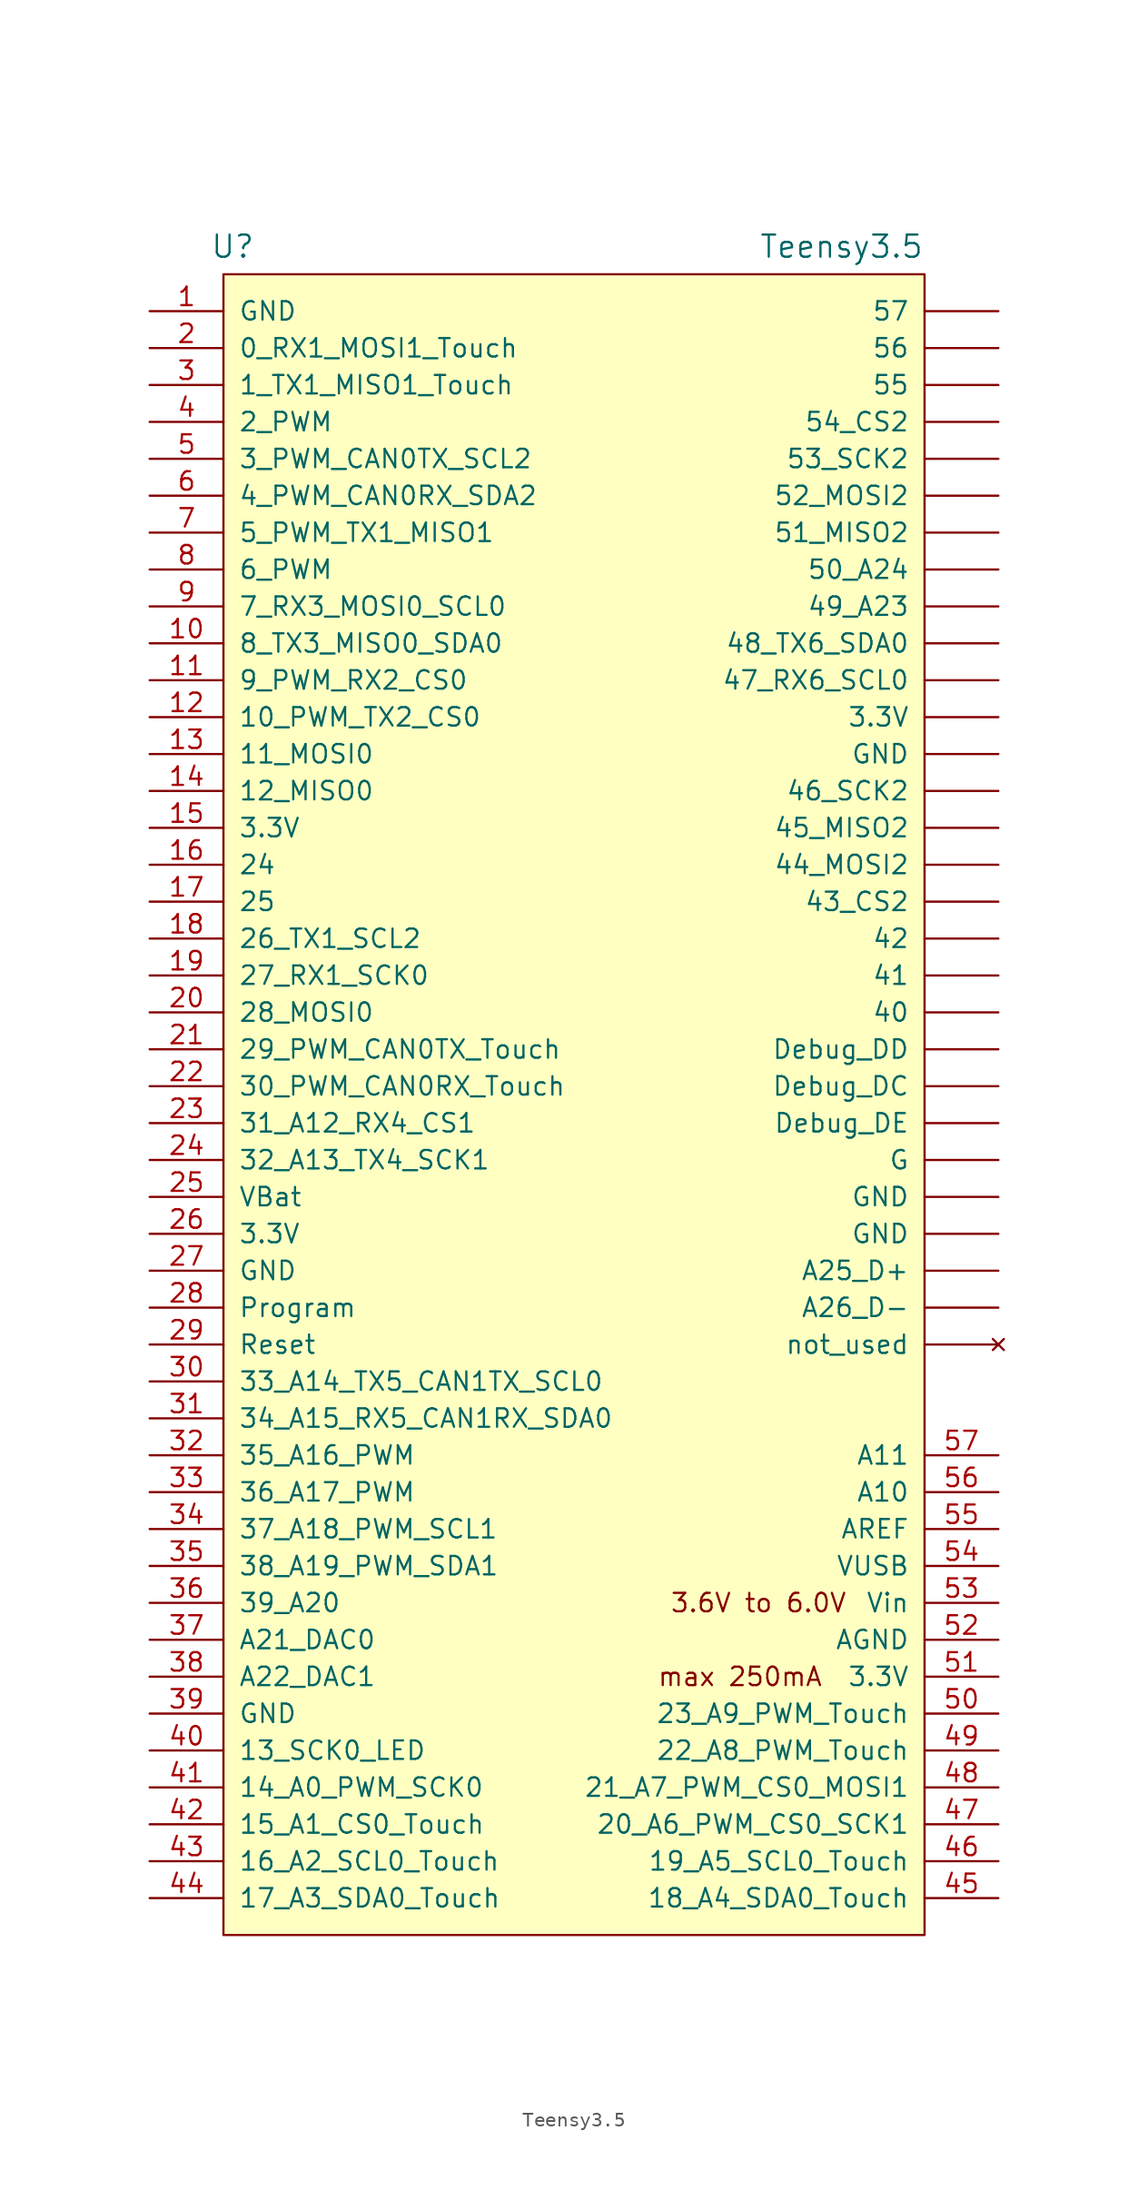
<source format=kicad_sym>
(kicad_symbol_lib
  (version 20241209)
  (generator "kicad_symbol_editor")
  (generator_version "9.0")
  (symbol "Teensy3.5"
    (pin_names
      (offset 1.016))
    (property "Reference" "U"
      (at -23.495 59.055 0)
      (effects (font (size 1.524 1.524))))
    (property "Value" "Teensy3.5"
      (at 18.415 59.055 0)
      (effects (font (size 1.524 1.524))))
    (symbol "Teensy3.5_0_0"
      (text "max 250mA" (at 11.43 -39.37 0) (effects (font (size 1.27 1.27))))
      (text "3.6V to 6.0V" (at 12.7 -34.29 0) (effects (font (size 1.27 1.27)))))
    (symbol "Teensy3.5_0_1"
      (rectangle (start -24.13 57.15) (end 24.13 -57.15) (stroke (width 0) (type default)) (fill (type background))))
    (symbol "Teensy3.5_1_1"
      (pin power_in line (at -29.21 54.61 0) (length 5.08) (name "GND" (effects (font (size 1.27 1.27)))) (number "1" (effects (font (size 1.27 1.27)))))
      (pin bidirectional line (at -29.21 52.07 0) (length 5.08) (name "0_RX1_MOSI1_Touch" (effects (font (size 1.27 1.27)))) (number "2" (effects (font (size 1.27 1.27)))))
      (pin bidirectional line (at -29.21 49.53 0) (length 5.08) (name "1_TX1_MISO1_Touch" (effects (font (size 1.27 1.27)))) (number "3" (effects (font (size 1.27 1.27)))))
      (pin bidirectional line (at -29.21 46.99 0) (length 5.08) (name "2_PWM" (effects (font (size 1.27 1.27)))) (number "4" (effects (font (size 1.27 1.27)))))
      (pin bidirectional line (at -29.21 44.45 0) (length 5.08) (name "3_PWM_CAN0TX_SCL2" (effects (font (size 1.27 1.27)))) (number "5" (effects (font (size 1.27 1.27)))))
      (pin bidirectional line (at -29.21 41.91 0) (length 5.08) (name "4_PWM_CAN0RX_SDA2" (effects (font (size 1.27 1.27)))) (number "6" (effects (font (size 1.27 1.27)))))
      (pin bidirectional line (at -29.21 39.37 0) (length 5.08) (name "5_PWM_TX1_MISO1" (effects (font (size 1.27 1.27)))) (number "7" (effects (font (size 1.27 1.27)))))
      (pin bidirectional line (at -29.21 36.83 0) (length 5.08) (name "6_PWM" (effects (font (size 1.27 1.27)))) (number "8" (effects (font (size 1.27 1.27)))))
      (pin bidirectional line (at -29.21 34.29 0) (length 5.08) (name "7_RX3_MOSI0_SCL0" (effects (font (size 1.27 1.27)))) (number "9" (effects (font (size 1.27 1.27)))))
      (pin bidirectional line (at -29.21 31.75 0) (length 5.08) (name "8_TX3_MISO0_SDA0" (effects (font (size 1.27 1.27)))) (number "10" (effects (font (size 1.27 1.27)))))
      (pin bidirectional line (at -29.21 29.21 0) (length 5.08) (name "9_PWM_RX2_CS0" (effects (font (size 1.27 1.27)))) (number "11" (effects (font (size 1.27 1.27)))))
      (pin bidirectional line (at -29.21 26.67 0) (length 5.08) (name "10_PWM_TX2_CS0" (effects (font (size 1.27 1.27)))) (number "12" (effects (font (size 1.27 1.27)))))
      (pin bidirectional line (at -29.21 24.13 0) (length 5.08) (name "11_MOSI0" (effects (font (size 1.27 1.27)))) (number "13" (effects (font (size 1.27 1.27)))))
      (pin bidirectional line (at -29.21 21.59 0) (length 5.08) (name "12_MISO0" (effects (font (size 1.27 1.27)))) (number "14" (effects (font (size 1.27 1.27)))))
      (pin power_out line (at -29.21 19.05 0) (length 5.08) (name "3.3V" (effects (font (size 1.27 1.27)))) (number "15" (effects (font (size 1.27 1.27)))))
      (pin bidirectional line (at -29.21 16.51 0) (length 5.08) (name "24" (effects (font (size 1.27 1.27)))) (number "16" (effects (font (size 1.27 1.27)))))
      (pin bidirectional line (at -29.21 13.97 0) (length 5.08) (name "25" (effects (font (size 1.27 1.27)))) (number "17" (effects (font (size 1.27 1.27)))))
      (pin bidirectional line (at -29.21 11.43 0) (length 5.08) (name "26_TX1_SCL2" (effects (font (size 1.27 1.27)))) (number "18" (effects (font (size 1.27 1.27)))))
      (pin bidirectional line (at -29.21 8.89 0) (length 5.08) (name "27_RX1_SCK0" (effects (font (size 1.27 1.27)))) (number "19" (effects (font (size 1.27 1.27)))))
      (pin bidirectional line (at -29.21 6.35 0) (length 5.08) (name "28_MOSI0" (effects (font (size 1.27 1.27)))) (number "20" (effects (font (size 1.27 1.27)))))
      (pin bidirectional line (at -29.21 3.81 0) (length 5.08) (name "29_PWM_CAN0TX_Touch" (effects (font (size 1.27 1.27)))) (number "21" (effects (font (size 1.27 1.27)))))
      (pin bidirectional line (at -29.21 1.27 0) (length 5.08) (name "30_PWM_CAN0RX_Touch" (effects (font (size 1.27 1.27)))) (number "22" (effects (font (size 1.27 1.27)))))
      (pin bidirectional line (at -29.21 -1.27 0) (length 5.08) (name "31_A12_RX4_CS1" (effects (font (size 1.27 1.27)))) (number "23" (effects (font (size 1.27 1.27)))))
      (pin bidirectional line (at -29.21 -3.81 0) (length 5.08) (name "32_A13_TX4_SCK1" (effects (font (size 1.27 1.27)))) (number "24" (effects (font (size 1.27 1.27)))))
      (pin power_in line (at -29.21 -6.35 0) (length 5.08) (name "VBat" (effects (font (size 1.27 1.27)))) (number "25" (effects (font (size 1.27 1.27)))))
      (pin power_in line (at -29.21 -8.89 0) (length 5.08) (name "3.3V" (effects (font (size 1.27 1.27)))) (number "26" (effects (font (size 1.27 1.27)))))
      (pin power_in line (at -29.21 -11.43 0) (length 5.08) (name "GND" (effects (font (size 1.27 1.27)))) (number "27" (effects (font (size 1.27 1.27)))))
      (pin input line (at -29.21 -13.97 0) (length 5.08) (name "Program" (effects (font (size 1.27 1.27)))) (number "28" (effects (font (size 1.27 1.27)))))
      (pin input line (at -29.21 -16.51 0) (length 5.08) (name "Reset" (effects (font (size 1.27 1.27)))) (number "29" (effects (font (size 1.27 1.27)))))
      (pin bidirectional line (at -29.21 -19.05 0) (length 5.08) (name "33_A14_TX5_CAN1TX_SCL0" (effects (font (size 1.27 1.27)))) (number "30" (effects (font (size 1.27 1.27)))))
      (pin bidirectional line (at -29.21 -21.59 0) (length 5.08) (name "34_A15_RX5_CAN1RX_SDA0" (effects (font (size 1.27 1.27)))) (number "31" (effects (font (size 1.27 1.27)))))
      (pin bidirectional line (at -29.21 -24.13 0) (length 5.08) (name "35_A16_PWM" (effects (font (size 1.27 1.27)))) (number "32" (effects (font (size 1.27 1.27)))))
      (pin bidirectional line (at -29.21 -26.67 0) (length 5.08) (name "36_A17_PWM" (effects (font (size 1.27 1.27)))) (number "33" (effects (font (size 1.27 1.27)))))
      (pin bidirectional line (at -29.21 -29.21 0) (length 5.08) (name "37_A18_PWM_SCL1" (effects (font (size 1.27 1.27)))) (number "34" (effects (font (size 1.27 1.27)))))
      (pin bidirectional line (at -29.21 -31.75 0) (length 5.08) (name "38_A19_PWM_SDA1" (effects (font (size 1.27 1.27)))) (number "35" (effects (font (size 1.27 1.27)))))
      (pin bidirectional line (at -29.21 -34.29 0) (length 5.08) (name "39_A20" (effects (font (size 1.27 1.27)))) (number "36" (effects (font (size 1.27 1.27)))))
      (pin bidirectional line (at -29.21 -36.83 0) (length 5.08) (name "A21_DAC0" (effects (font (size 1.27 1.27)))) (number "37" (effects (font (size 1.27 1.27)))))
      (pin bidirectional line (at -29.21 -39.37 0) (length 5.08) (name "A22_DAC1" (effects (font (size 1.27 1.27)))) (number "38" (effects (font (size 1.27 1.27)))))
      (pin power_in line (at -29.21 -41.91 0) (length 5.08) (name "GND" (effects (font (size 1.27 1.27)))) (number "39" (effects (font (size 1.27 1.27)))))
      (pin bidirectional line (at -29.21 -44.45 0) (length 5.08) (name "13_SCK0_LED" (effects (font (size 1.27 1.27)))) (number "40" (effects (font (size 1.27 1.27)))))
      (pin bidirectional line (at -29.21 -46.99 0) (length 5.08) (name "14_A0_PWM_SCK0" (effects (font (size 1.27 1.27)))) (number "41" (effects (font (size 1.27 1.27)))))
      (pin bidirectional line (at -29.21 -49.53 0) (length 5.08) (name "15_A1_CS0_Touch" (effects (font (size 1.27 1.27)))) (number "42" (effects (font (size 1.27 1.27)))))
      (pin bidirectional line (at -29.21 -52.07 0) (length 5.08) (name "16_A2_SCL0_Touch" (effects (font (size 1.27 1.27)))) (number "43" (effects (font (size 1.27 1.27)))))
      (pin bidirectional line (at -29.21 -54.61 0) (length 5.08) (name "17_A3_SDA0_Touch" (effects (font (size 1.27 1.27)))) (number "44" (effects (font (size 1.27 1.27)))))
      (pin bidirectional line (at 29.21 54.61 180) (length 5.08) (name "57" (effects (font (size 1.27 1.27)))) (number "~" (effects (font (size 1.27 1.27)))))
      (pin bidirectional line (at 29.21 52.07 180) (length 5.08) (name "56" (effects (font (size 1.27 1.27)))) (number "~" (effects (font (size 1.27 1.27)))))
      (pin bidirectional line (at 29.21 49.53 180) (length 5.08) (name "55" (effects (font (size 1.27 1.27)))) (number "~" (effects (font (size 1.27 1.27)))))
      (pin bidirectional line (at 29.21 46.99 180) (length 5.08) (name "54_CS2" (effects (font (size 1.27 1.27)))) (number "~" (effects (font (size 1.27 1.27)))))
      (pin bidirectional line (at 29.21 44.45 180) (length 5.08) (name "53_SCK2" (effects (font (size 1.27 1.27)))) (number "~" (effects (font (size 1.27 1.27)))))
      (pin bidirectional line (at 29.21 41.91 180) (length 5.08) (name "52_MOSI2" (effects (font (size 1.27 1.27)))) (number "~" (effects (font (size 1.27 1.27)))))
      (pin bidirectional line (at 29.21 39.37 180) (length 5.08) (name "51_MISO2" (effects (font (size 1.27 1.27)))) (number "~" (effects (font (size 1.27 1.27)))))
      (pin bidirectional line (at 29.21 36.83 180) (length 5.08) (name "50_A24" (effects (font (size 1.27 1.27)))) (number "~" (effects (font (size 1.27 1.27)))))
      (pin bidirectional line (at 29.21 34.29 180) (length 5.08) (name "49_A23" (effects (font (size 1.27 1.27)))) (number "~" (effects (font (size 1.27 1.27)))))
      (pin bidirectional line (at 29.21 31.75 180) (length 5.08) (name "48_TX6_SDA0" (effects (font (size 1.27 1.27)))) (number "~" (effects (font (size 1.27 1.27)))))
      (pin bidirectional line (at 29.21 29.21 180) (length 5.08) (name "47_RX6_SCL0" (effects (font (size 1.27 1.27)))) (number "~" (effects (font (size 1.27 1.27)))))
      (pin power_in line (at 29.21 26.67 180) (length 5.08) (name "3.3V" (effects (font (size 1.27 1.27)))) (number "~" (effects (font (size 1.27 1.27)))))
      (pin power_in line (at 29.21 24.13 180) (length 5.08) (name "GND" (effects (font (size 1.27 1.27)))) (number "~" (effects (font (size 1.27 1.27)))))
      (pin bidirectional line (at 29.21 21.59 180) (length 5.08) (name "46_SCK2" (effects (font (size 1.27 1.27)))) (number "~" (effects (font (size 1.27 1.27)))))
      (pin bidirectional line (at 29.21 19.05 180) (length 5.08) (name "45_MISO2" (effects (font (size 1.27 1.27)))) (number "~" (effects (font (size 1.27 1.27)))))
      (pin bidirectional line (at 29.21 16.51 180) (length 5.08) (name "44_MOSI2" (effects (font (size 1.27 1.27)))) (number "~" (effects (font (size 1.27 1.27)))))
      (pin bidirectional line (at 29.21 13.97 180) (length 5.08) (name "43_CS2" (effects (font (size 1.27 1.27)))) (number "~" (effects (font (size 1.27 1.27)))))
      (pin bidirectional line (at 29.21 11.43 180) (length 5.08) (name "42" (effects (font (size 1.27 1.27)))) (number "~" (effects (font (size 1.27 1.27)))))
      (pin bidirectional line (at 29.21 8.89 180) (length 5.08) (name "41" (effects (font (size 1.27 1.27)))) (number "~" (effects (font (size 1.27 1.27)))))
      (pin bidirectional line (at 29.21 6.35 180) (length 5.08) (name "40" (effects (font (size 1.27 1.27)))) (number "~" (effects (font (size 1.27 1.27)))))
      (pin input line (at 29.21 3.81 180) (length 5.08) (name "Debug_DD" (effects (font (size 1.27 1.27)))) (number "~" (effects (font (size 1.27 1.27)))))
      (pin input line (at 29.21 1.27 180) (length 5.08) (name "Debug_DC" (effects (font (size 1.27 1.27)))) (number "~" (effects (font (size 1.27 1.27)))))
      (pin input line (at 29.21 -1.27 180) (length 5.08) (name "Debug_DE" (effects (font (size 1.27 1.27)))) (number "~" (effects (font (size 1.27 1.27)))))
      (pin power_in line (at 29.21 -3.81 180) (length 5.08) (name "G" (effects (font (size 1.27 1.27)))) (number "~" (effects (font (size 1.27 1.27)))))
      (pin power_in line (at 29.21 -6.35 180) (length 5.08) (name "GND" (effects (font (size 1.27 1.27)))) (number "~" (effects (font (size 1.27 1.27)))))
      (pin power_in line (at 29.21 -8.89 180) (length 5.08) (name "GND" (effects (font (size 1.27 1.27)))) (number "~" (effects (font (size 1.27 1.27)))))
      (pin bidirectional line (at 29.21 -11.43 180) (length 5.08) (name "A25_D+" (effects (font (size 1.27 1.27)))) (number "~" (effects (font (size 1.27 1.27)))))
      (pin bidirectional line (at 29.21 -13.97 180) (length 5.08) (name "A26_D-" (effects (font (size 1.27 1.27)))) (number "~" (effects (font (size 1.27 1.27)))))
      (pin no_connect line (at 29.21 -16.51 180) (length 5.08) (name "not_used" (effects (font (size 1.27 1.27)))) (number "~" (effects (font (size 1.27 1.27)))))
      (pin bidirectional line (at 29.21 -24.13 180) (length 5.08) (name "A11" (effects (font (size 1.27 1.27)))) (number "57" (effects (font (size 1.27 1.27)))))
      (pin bidirectional line (at 29.21 -26.67 180) (length 5.08) (name "A10" (effects (font (size 1.27 1.27)))) (number "56" (effects (font (size 1.27 1.27)))))
      (pin input line (at 29.21 -29.21 180) (length 5.08) (name "AREF" (effects (font (size 1.27 1.27)))) (number "55" (effects (font (size 1.27 1.27)))))
      (pin power_in line (at 29.21 -31.75 180) (length 5.08) (name "VUSB" (effects (font (size 1.27 1.27)))) (number "54" (effects (font (size 1.27 1.27)))))
      (pin power_in line (at 29.21 -34.29 180) (length 5.08) (name "Vin" (effects (font (size 1.27 1.27)))) (number "53" (effects (font (size 1.27 1.27)))))
      (pin power_out line (at 29.21 -36.83 180) (length 5.08) (name "AGND" (effects (font (size 1.27 1.27)))) (number "52" (effects (font (size 1.27 1.27)))))
      (pin power_out line (at 29.21 -39.37 180) (length 5.08) (name "3.3V" (effects (font (size 1.27 1.27)))) (number "51" (effects (font (size 1.27 1.27)))))
      (pin bidirectional line (at 29.21 -41.91 180) (length 5.08) (name "23_A9_PWM_Touch" (effects (font (size 1.27 1.27)))) (number "50" (effects (font (size 1.27 1.27)))))
      (pin bidirectional line (at 29.21 -44.45 180) (length 5.08) (name "22_A8_PWM_Touch" (effects (font (size 1.27 1.27)))) (number "49" (effects (font (size 1.27 1.27)))))
      (pin bidirectional line (at 29.21 -46.99 180) (length 5.08) (name "21_A7_PWM_CS0_MOSI1" (effects (font (size 1.27 1.27)))) (number "48" (effects (font (size 1.27 1.27)))))
      (pin bidirectional line (at 29.21 -49.53 180) (length 5.08) (name "20_A6_PWM_CS0_SCK1" (effects (font (size 1.27 1.27)))) (number "47" (effects (font (size 1.27 1.27)))))
      (pin bidirectional line (at 29.21 -52.07 180) (length 5.08) (name "19_A5_SCL0_Touch" (effects (font (size 1.27 1.27)))) (number "46" (effects (font (size 1.27 1.27)))))
      (pin bidirectional line (at 29.21 -54.61 180) (length 5.08) (name "18_A4_SDA0_Touch" (effects (font (size 1.27 1.27)))) (number "45" (effects (font (size 1.27 1.27))))))))
</source>
